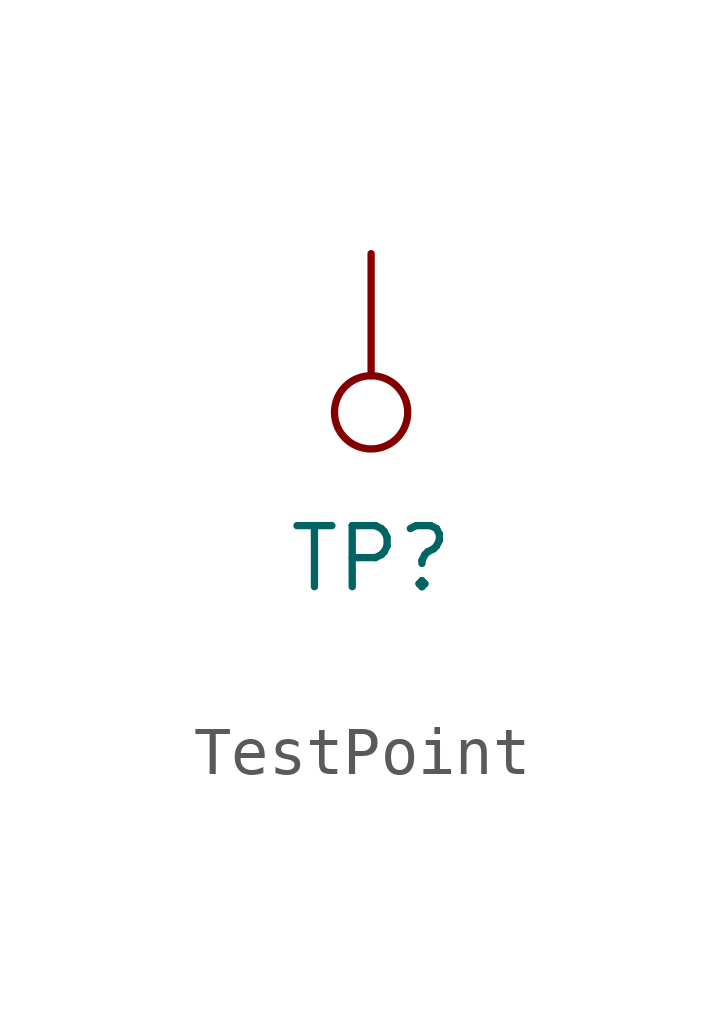
<source format=kicad_sym>
(kicad_symbol_lib
  (version 20220914)
  (generator kicad_symbol_editor)
  (symbol "TestPoint"
    (pin_numbers hide)
    (pin_names
      (offset 0.762) hide)
    (property "Reference" "TP"
      (at 0 -6.35 0)
      (effects (font (size 1.27 1.27))))
    (property "Notes" ""
      (at -1.651 -8.382 0)
      (effects (font (size 1.27 1.27)) (justify left)))
    (symbol "TestPoint_0_1"
      (circle (center 0 -3.302) (radius 0.762) (stroke (width 0) (type default)) (fill (type none))))
    (symbol "TestPoint_1_1"
      (pin passive line (at 0 0 270) (length 2.54) (name "1" (effects (font (size 1.27 1.27)))) (number "1" (effects (font (size 1.27 1.27))))))))
</source>
